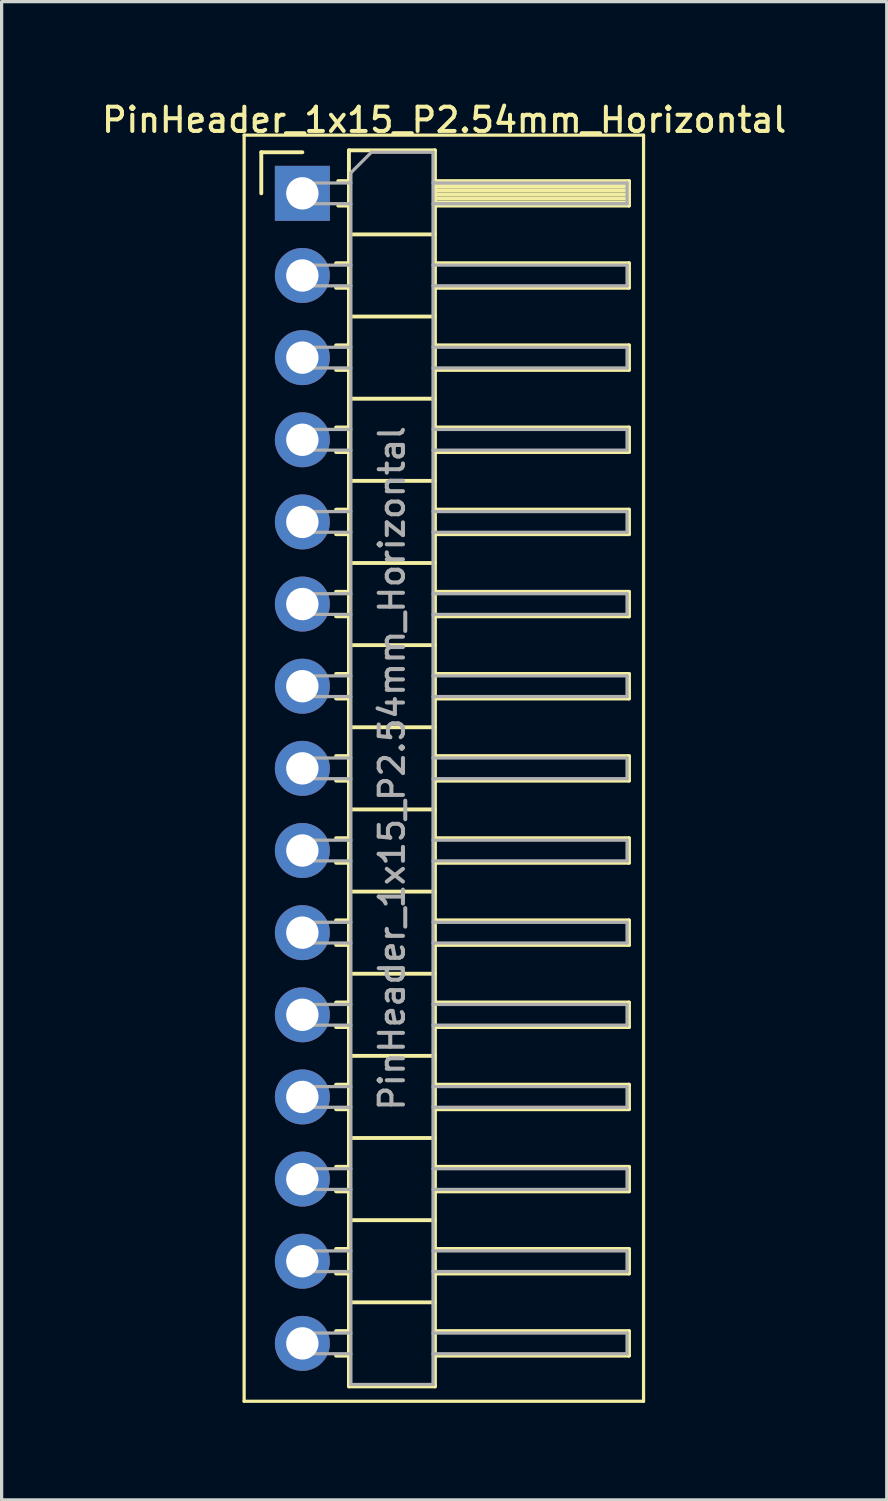
<source format=kicad_pcb>
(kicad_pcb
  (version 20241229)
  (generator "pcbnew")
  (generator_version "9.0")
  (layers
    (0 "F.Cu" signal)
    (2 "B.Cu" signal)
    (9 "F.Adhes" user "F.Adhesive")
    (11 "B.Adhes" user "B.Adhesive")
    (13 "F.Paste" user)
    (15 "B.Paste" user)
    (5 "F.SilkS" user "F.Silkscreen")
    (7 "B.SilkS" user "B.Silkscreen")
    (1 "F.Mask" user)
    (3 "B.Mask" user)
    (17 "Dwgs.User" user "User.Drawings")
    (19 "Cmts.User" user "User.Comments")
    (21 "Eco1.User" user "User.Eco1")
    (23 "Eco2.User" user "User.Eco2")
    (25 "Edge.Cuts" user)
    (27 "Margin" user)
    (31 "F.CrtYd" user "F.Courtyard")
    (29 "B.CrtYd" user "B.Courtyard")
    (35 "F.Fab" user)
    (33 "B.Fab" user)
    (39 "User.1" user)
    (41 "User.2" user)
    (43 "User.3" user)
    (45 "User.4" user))
  (footprint "PinHeader_1x15_P2.54mm_Horizontal"
    (layer "F.Cu")
    (at 6.299 2.928)
    (property "Reference" "PinHeader_1x15_P2.54mm_Horizontal" (at 4.385 -2.27 0) (layer "F.SilkS") (effects (font (size 0.75 0.75) (thickness 0.125))))
    (attr through_hole)
    (fp_line (start -1.8 -1.8) (end -1.8 37.35) (stroke (width 0.1) (type solid)) (layer "F.SilkS"))
    (fp_line (start -1.8 37.35) (end 10.55 37.35) (stroke (width 0.1) (type solid)) (layer "F.SilkS"))
    (fp_line (start -1.27 -1.27) (end 0 -1.27) (stroke (width 0.12) (type solid)) (layer "F.SilkS"))
    (fp_line (start -1.27 0) (end -1.27 -1.27) (stroke (width 0.12) (type solid)) (layer "F.SilkS"))
    (fp_line (start 1.043 2.16) (end 1.44 2.16) (stroke (width 0.12) (type solid)) (layer "F.SilkS"))
    (fp_line (start 1.043 2.92) (end 1.44 2.92) (stroke (width 0.12) (type solid)) (layer "F.SilkS"))
    (fp_line (start 1.043 4.7) (end 1.44 4.7) (stroke (width 0.12) (type solid)) (layer "F.SilkS"))
    (fp_line (start 1.043 5.46) (end 1.44 5.46) (stroke (width 0.12) (type solid)) (layer "F.SilkS"))
    (fp_line (start 1.043 7.24) (end 1.44 7.24) (stroke (width 0.12) (type solid)) (layer "F.SilkS"))
    (fp_line (start 1.043 8) (end 1.44 8) (stroke (width 0.12) (type solid)) (layer "F.SilkS"))
    (fp_line (start 1.043 9.78) (end 1.44 9.78) (stroke (width 0.12) (type solid)) (layer "F.SilkS"))
    (fp_line (start 1.043 10.54) (end 1.44 10.54) (stroke (width 0.12) (type solid)) (layer "F.SilkS"))
    (fp_line (start 1.043 12.32) (end 1.44 12.32) (stroke (width 0.12) (type solid)) (layer "F.SilkS"))
    (fp_line (start 1.043 13.08) (end 1.44 13.08) (stroke (width 0.12) (type solid)) (layer "F.SilkS"))
    (fp_line (start 1.043 14.86) (end 1.44 14.86) (stroke (width 0.12) (type solid)) (layer "F.SilkS"))
    (fp_line (start 1.043 15.62) (end 1.44 15.62) (stroke (width 0.12) (type solid)) (layer "F.SilkS"))
    (fp_line (start 1.043 17.4) (end 1.44 17.4) (stroke (width 0.12) (type solid)) (layer "F.SilkS"))
    (fp_line (start 1.043 18.16) (end 1.44 18.16) (stroke (width 0.12) (type solid)) (layer "F.SilkS"))
    (fp_line (start 1.043 19.94) (end 1.44 19.94) (stroke (width 0.12) (type solid)) (layer "F.SilkS"))
    (fp_line (start 1.043 20.7) (end 1.44 20.7) (stroke (width 0.12) (type solid)) (layer "F.SilkS"))
    (fp_line (start 1.043 22.48) (end 1.44 22.48) (stroke (width 0.12) (type solid)) (layer "F.SilkS"))
    (fp_line (start 1.043 23.24) (end 1.44 23.24) (stroke (width 0.12) (type solid)) (layer "F.SilkS"))
    (fp_line (start 1.043 25.02) (end 1.44 25.02) (stroke (width 0.12) (type solid)) (layer "F.SilkS"))
    (fp_line (start 1.043 25.78) (end 1.44 25.78) (stroke (width 0.12) (type solid)) (layer "F.SilkS"))
    (fp_line (start 1.043 27.56) (end 1.44 27.56) (stroke (width 0.12) (type solid)) (layer "F.SilkS"))
    (fp_line (start 1.043 28.32) (end 1.44 28.32) (stroke (width 0.12) (type solid)) (layer "F.SilkS"))
    (fp_line (start 1.043 30.1) (end 1.44 30.1) (stroke (width 0.12) (type solid)) (layer "F.SilkS"))
    (fp_line (start 1.043 30.86) (end 1.44 30.86) (stroke (width 0.12) (type solid)) (layer "F.SilkS"))
    (fp_line (start 1.043 32.64) (end 1.44 32.64) (stroke (width 0.12) (type solid)) (layer "F.SilkS"))
    (fp_line (start 1.043 33.4) (end 1.44 33.4) (stroke (width 0.12) (type solid)) (layer "F.SilkS"))
    (fp_line (start 1.043 35.18) (end 1.44 35.18) (stroke (width 0.12) (type solid)) (layer "F.SilkS"))
    (fp_line (start 1.043 35.94) (end 1.44 35.94) (stroke (width 0.12) (type solid)) (layer "F.SilkS"))
    (fp_line (start 1.11 -0.38) (end 1.44 -0.38) (stroke (width 0.12) (type solid)) (layer "F.SilkS"))
    (fp_line (start 1.11 0.38) (end 1.44 0.38) (stroke (width 0.12) (type solid)) (layer "F.SilkS"))
    (fp_line (start 1.44 -1.33) (end 1.44 36.89) (stroke (width 0.12) (type solid)) (layer "F.SilkS"))
    (fp_line (start 1.44 1.27) (end 4.1 1.27) (stroke (width 0.12) (type solid)) (layer "F.SilkS"))
    (fp_line (start 1.44 3.81) (end 4.1 3.81) (stroke (width 0.12) (type solid)) (layer "F.SilkS"))
    (fp_line (start 1.44 6.35) (end 4.1 6.35) (stroke (width 0.12) (type solid)) (layer "F.SilkS"))
    (fp_line (start 1.44 8.89) (end 4.1 8.89) (stroke (width 0.12) (type solid)) (layer "F.SilkS"))
    (fp_line (start 1.44 11.43) (end 4.1 11.43) (stroke (width 0.12) (type solid)) (layer "F.SilkS"))
    (fp_line (start 1.44 13.97) (end 4.1 13.97) (stroke (width 0.12) (type solid)) (layer "F.SilkS"))
    (fp_line (start 1.44 16.51) (end 4.1 16.51) (stroke (width 0.12) (type solid)) (layer "F.SilkS"))
    (fp_line (start 1.44 19.05) (end 4.1 19.05) (stroke (width 0.12) (type solid)) (layer "F.SilkS"))
    (fp_line (start 1.44 21.59) (end 4.1 21.59) (stroke (width 0.12) (type solid)) (layer "F.SilkS"))
    (fp_line (start 1.44 24.13) (end 4.1 24.13) (stroke (width 0.12) (type solid)) (layer "F.SilkS"))
    (fp_line (start 1.44 26.67) (end 4.1 26.67) (stroke (width 0.12) (type solid)) (layer "F.SilkS"))
    (fp_line (start 1.44 29.21) (end 4.1 29.21) (stroke (width 0.12) (type solid)) (layer "F.SilkS"))
    (fp_line (start 1.44 31.75) (end 4.1 31.75) (stroke (width 0.12) (type solid)) (layer "F.SilkS"))
    (fp_line (start 1.44 34.29) (end 4.1 34.29) (stroke (width 0.12) (type solid)) (layer "F.SilkS"))
    (fp_line (start 1.44 36.89) (end 4.1 36.89) (stroke (width 0.12) (type solid)) (layer "F.SilkS"))
    (fp_line (start 4.1 -1.33) (end 1.44 -1.33) (stroke (width 0.12) (type solid)) (layer "F.SilkS"))
    (fp_line (start 4.1 -0.38) (end 10.1 -0.38) (stroke (width 0.12) (type solid)) (layer "F.SilkS"))
    (fp_line (start 4.1 -0.32) (end 10.1 -0.32) (stroke (width 0.12) (type solid)) (layer "F.SilkS"))
    (fp_line (start 4.1 -0.2) (end 10.1 -0.2) (stroke (width 0.12) (type solid)) (layer "F.SilkS"))
    (fp_line (start 4.1 -0.08) (end 10.1 -0.08) (stroke (width 0.12) (type solid)) (layer "F.SilkS"))
    (fp_line (start 4.1 0.04) (end 10.1 0.04) (stroke (width 0.12) (type solid)) (layer "F.SilkS"))
    (fp_line (start 4.1 0.16) (end 10.1 0.16) (stroke (width 0.12) (type solid)) (layer "F.SilkS"))
    (fp_line (start 4.1 0.28) (end 10.1 0.28) (stroke (width 0.12) (type solid)) (layer "F.SilkS"))
    (fp_line (start 4.1 2.16) (end 10.1 2.16) (stroke (width 0.12) (type solid)) (layer "F.SilkS"))
    (fp_line (start 4.1 4.7) (end 10.1 4.7) (stroke (width 0.12) (type solid)) (layer "F.SilkS"))
    (fp_line (start 4.1 7.24) (end 10.1 7.24) (stroke (width 0.12) (type solid)) (layer "F.SilkS"))
    (fp_line (start 4.1 9.78) (end 10.1 9.78) (stroke (width 0.12) (type solid)) (layer "F.SilkS"))
    (fp_line (start 4.1 12.32) (end 10.1 12.32) (stroke (width 0.12) (type solid)) (layer "F.SilkS"))
    (fp_line (start 4.1 14.86) (end 10.1 14.86) (stroke (width 0.12) (type solid)) (layer "F.SilkS"))
    (fp_line (start 4.1 17.4) (end 10.1 17.4) (stroke (width 0.12) (type solid)) (layer "F.SilkS"))
    (fp_line (start 4.1 19.94) (end 10.1 19.94) (stroke (width 0.12) (type solid)) (layer "F.SilkS"))
    (fp_line (start 4.1 22.48) (end 10.1 22.48) (stroke (width 0.12) (type solid)) (layer "F.SilkS"))
    (fp_line (start 4.1 25.02) (end 10.1 25.02) (stroke (width 0.12) (type solid)) (layer "F.SilkS"))
    (fp_line (start 4.1 27.56) (end 10.1 27.56) (stroke (width 0.12) (type solid)) (layer "F.SilkS"))
    (fp_line (start 4.1 30.1) (end 10.1 30.1) (stroke (width 0.12) (type solid)) (layer "F.SilkS"))
    (fp_line (start 4.1 32.64) (end 10.1 32.64) (stroke (width 0.12) (type solid)) (layer "F.SilkS"))
    (fp_line (start 4.1 35.18) (end 10.1 35.18) (stroke (width 0.12) (type solid)) (layer "F.SilkS"))
    (fp_line (start 4.1 36.89) (end 4.1 -1.33) (stroke (width 0.12) (type solid)) (layer "F.SilkS"))
    (fp_line (start 10.1 -0.38) (end 10.1 0.38) (stroke (width 0.12) (type solid)) (layer "F.SilkS"))
    (fp_line (start 10.1 0.38) (end 4.1 0.38) (stroke (width 0.12) (type solid)) (layer "F.SilkS"))
    (fp_line (start 10.1 2.16) (end 10.1 2.92) (stroke (width 0.12) (type solid)) (layer "F.SilkS"))
    (fp_line (start 10.1 2.92) (end 4.1 2.92) (stroke (width 0.12) (type solid)) (layer "F.SilkS"))
    (fp_line (start 10.1 4.7) (end 10.1 5.46) (stroke (width 0.12) (type solid)) (layer "F.SilkS"))
    (fp_line (start 10.1 5.46) (end 4.1 5.46) (stroke (width 0.12) (type solid)) (layer "F.SilkS"))
    (fp_line (start 10.1 7.24) (end 10.1 8) (stroke (width 0.12) (type solid)) (layer "F.SilkS"))
    (fp_line (start 10.1 8) (end 4.1 8) (stroke (width 0.12) (type solid)) (layer "F.SilkS"))
    (fp_line (start 10.1 9.78) (end 10.1 10.54) (stroke (width 0.12) (type solid)) (layer "F.SilkS"))
    (fp_line (start 10.1 10.54) (end 4.1 10.54) (stroke (width 0.12) (type solid)) (layer "F.SilkS"))
    (fp_line (start 10.1 12.32) (end 10.1 13.08) (stroke (width 0.12) (type solid)) (layer "F.SilkS"))
    (fp_line (start 10.1 13.08) (end 4.1 13.08) (stroke (width 0.12) (type solid)) (layer "F.SilkS"))
    (fp_line (start 10.1 14.86) (end 10.1 15.62) (stroke (width 0.12) (type solid)) (layer "F.SilkS"))
    (fp_line (start 10.1 15.62) (end 4.1 15.62) (stroke (width 0.12) (type solid)) (layer "F.SilkS"))
    (fp_line (start 10.1 17.4) (end 10.1 18.16) (stroke (width 0.12) (type solid)) (layer "F.SilkS"))
    (fp_line (start 10.1 18.16) (end 4.1 18.16) (stroke (width 0.12) (type solid)) (layer "F.SilkS"))
    (fp_line (start 10.1 19.94) (end 10.1 20.7) (stroke (width 0.12) (type solid)) (layer "F.SilkS"))
    (fp_line (start 10.1 20.7) (end 4.1 20.7) (stroke (width 0.12) (type solid)) (layer "F.SilkS"))
    (fp_line (start 10.1 22.48) (end 10.1 23.24) (stroke (width 0.12) (type solid)) (layer "F.SilkS"))
    (fp_line (start 10.1 23.24) (end 4.1 23.24) (stroke (width 0.12) (type solid)) (layer "F.SilkS"))
    (fp_line (start 10.1 25.02) (end 10.1 25.78) (stroke (width 0.12) (type solid)) (layer "F.SilkS"))
    (fp_line (start 10.1 25.78) (end 4.1 25.78) (stroke (width 0.12) (type solid)) (layer "F.SilkS"))
    (fp_line (start 10.1 27.56) (end 10.1 28.32) (stroke (width 0.12) (type solid)) (layer "F.SilkS"))
    (fp_line (start 10.1 28.32) (end 4.1 28.32) (stroke (width 0.12) (type solid)) (layer "F.SilkS"))
    (fp_line (start 10.1 30.1) (end 10.1 30.86) (stroke (width 0.12) (type solid)) (layer "F.SilkS"))
    (fp_line (start 10.1 30.86) (end 4.1 30.86) (stroke (width 0.12) (type solid)) (layer "F.SilkS"))
    (fp_line (start 10.1 32.64) (end 10.1 33.4) (stroke (width 0.12) (type solid)) (layer "F.SilkS"))
    (fp_line (start 10.1 33.4) (end 4.1 33.4) (stroke (width 0.12) (type solid)) (layer "F.SilkS"))
    (fp_line (start 10.1 35.18) (end 10.1 35.94) (stroke (width 0.12) (type solid)) (layer "F.SilkS"))
    (fp_line (start 10.1 35.94) (end 4.1 35.94) (stroke (width 0.12) (type solid)) (layer "F.SilkS"))
    (fp_line (start 10.55 -1.8) (end -1.8 -1.8) (stroke (width 0.1) (type solid)) (layer "F.SilkS"))
    (fp_line (start 10.55 37.35) (end 10.55 -1.8) (stroke (width 0.1) (type solid)) (layer "F.SilkS"))
    (fp_line (start -0.32 -0.32) (end -0.32 0.32) (stroke (width 0.1) (type solid)) (layer "F.Fab"))
    (fp_line (start -0.32 -0.32) (end 1.5 -0.32) (stroke (width 0.1) (type solid)) (layer "F.Fab"))
    (fp_line (start -0.32 0.32) (end 1.5 0.32) (stroke (width 0.1) (type solid)) (layer "F.Fab"))
    (fp_line (start -0.32 2.22) (end -0.32 2.86) (stroke (width 0.1) (type solid)) (layer "F.Fab"))
    (fp_line (start -0.32 2.22) (end 1.5 2.22) (stroke (width 0.1) (type solid)) (layer "F.Fab"))
    (fp_line (start -0.32 2.86) (end 1.5 2.86) (stroke (width 0.1) (type solid)) (layer "F.Fab"))
    (fp_line (start -0.32 4.76) (end -0.32 5.4) (stroke (width 0.1) (type solid)) (layer "F.Fab"))
    (fp_line (start -0.32 4.76) (end 1.5 4.76) (stroke (width 0.1) (type solid)) (layer "F.Fab"))
    (fp_line (start -0.32 5.4) (end 1.5 5.4) (stroke (width 0.1) (type solid)) (layer "F.Fab"))
    (fp_line (start -0.32 7.3) (end -0.32 7.94) (stroke (width 0.1) (type solid)) (layer "F.Fab"))
    (fp_line (start -0.32 7.3) (end 1.5 7.3) (stroke (width 0.1) (type solid)) (layer "F.Fab"))
    (fp_line (start -0.32 7.94) (end 1.5 7.94) (stroke (width 0.1) (type solid)) (layer "F.Fab"))
    (fp_line (start -0.32 9.84) (end -0.32 10.48) (stroke (width 0.1) (type solid)) (layer "F.Fab"))
    (fp_line (start -0.32 9.84) (end 1.5 9.84) (stroke (width 0.1) (type solid)) (layer "F.Fab"))
    (fp_line (start -0.32 10.48) (end 1.5 10.48) (stroke (width 0.1) (type solid)) (layer "F.Fab"))
    (fp_line (start -0.32 12.38) (end -0.32 13.02) (stroke (width 0.1) (type solid)) (layer "F.Fab"))
    (fp_line (start -0.32 12.38) (end 1.5 12.38) (stroke (width 0.1) (type solid)) (layer "F.Fab"))
    (fp_line (start -0.32 13.02) (end 1.5 13.02) (stroke (width 0.1) (type solid)) (layer "F.Fab"))
    (fp_line (start -0.32 14.92) (end -0.32 15.56) (stroke (width 0.1) (type solid)) (layer "F.Fab"))
    (fp_line (start -0.32 14.92) (end 1.5 14.92) (stroke (width 0.1) (type solid)) (layer "F.Fab"))
    (fp_line (start -0.32 15.56) (end 1.5 15.56) (stroke (width 0.1) (type solid)) (layer "F.Fab"))
    (fp_line (start -0.32 17.46) (end -0.32 18.1) (stroke (width 0.1) (type solid)) (layer "F.Fab"))
    (fp_line (start -0.32 17.46) (end 1.5 17.46) (stroke (width 0.1) (type solid)) (layer "F.Fab"))
    (fp_line (start -0.32 18.1) (end 1.5 18.1) (stroke (width 0.1) (type solid)) (layer "F.Fab"))
    (fp_line (start -0.32 20) (end -0.32 20.64) (stroke (width 0.1) (type solid)) (layer "F.Fab"))
    (fp_line (start -0.32 20) (end 1.5 20) (stroke (width 0.1) (type solid)) (layer "F.Fab"))
    (fp_line (start -0.32 20.64) (end 1.5 20.64) (stroke (width 0.1) (type solid)) (layer "F.Fab"))
    (fp_line (start -0.32 22.54) (end -0.32 23.18) (stroke (width 0.1) (type solid)) (layer "F.Fab"))
    (fp_line (start -0.32 22.54) (end 1.5 22.54) (stroke (width 0.1) (type solid)) (layer "F.Fab"))
    (fp_line (start -0.32 23.18) (end 1.5 23.18) (stroke (width 0.1) (type solid)) (layer "F.Fab"))
    (fp_line (start -0.32 25.08) (end -0.32 25.72) (stroke (width 0.1) (type solid)) (layer "F.Fab"))
    (fp_line (start -0.32 25.08) (end 1.5 25.08) (stroke (width 0.1) (type solid)) (layer "F.Fab"))
    (fp_line (start -0.32 25.72) (end 1.5 25.72) (stroke (width 0.1) (type solid)) (layer "F.Fab"))
    (fp_line (start -0.32 27.62) (end -0.32 28.26) (stroke (width 0.1) (type solid)) (layer "F.Fab"))
    (fp_line (start -0.32 27.62) (end 1.5 27.62) (stroke (width 0.1) (type solid)) (layer "F.Fab"))
    (fp_line (start -0.32 28.26) (end 1.5 28.26) (stroke (width 0.1) (type solid)) (layer "F.Fab"))
    (fp_line (start -0.32 30.16) (end -0.32 30.8) (stroke (width 0.1) (type solid)) (layer "F.Fab"))
    (fp_line (start -0.32 30.16) (end 1.5 30.16) (stroke (width 0.1) (type solid)) (layer "F.Fab"))
    (fp_line (start -0.32 30.8) (end 1.5 30.8) (stroke (width 0.1) (type solid)) (layer "F.Fab"))
    (fp_line (start -0.32 32.7) (end -0.32 33.34) (stroke (width 0.1) (type solid)) (layer "F.Fab"))
    (fp_line (start -0.32 32.7) (end 1.5 32.7) (stroke (width 0.1) (type solid)) (layer "F.Fab"))
    (fp_line (start -0.32 33.34) (end 1.5 33.34) (stroke (width 0.1) (type solid)) (layer "F.Fab"))
    (fp_line (start -0.32 35.24) (end -0.32 35.88) (stroke (width 0.1) (type solid)) (layer "F.Fab"))
    (fp_line (start -0.32 35.24) (end 1.5 35.24) (stroke (width 0.1) (type solid)) (layer "F.Fab"))
    (fp_line (start -0.32 35.88) (end 1.5 35.88) (stroke (width 0.1) (type solid)) (layer "F.Fab"))
    (fp_line (start 1.5 -0.635) (end 2.135 -1.27) (stroke (width 0.1) (type solid)) (layer "F.Fab"))
    (fp_line (start 1.5 36.83) (end 1.5 -0.635) (stroke (width 0.1) (type solid)) (layer "F.Fab"))
    (fp_line (start 2.135 -1.27) (end 4.04 -1.27) (stroke (width 0.1) (type solid)) (layer "F.Fab"))
    (fp_line (start 4.04 -1.27) (end 4.04 36.83) (stroke (width 0.1) (type solid)) (layer "F.Fab"))
    (fp_line (start 4.04 -0.32) (end 10.04 -0.32) (stroke (width 0.1) (type solid)) (layer "F.Fab"))
    (fp_line (start 4.04 0.32) (end 10.04 0.32) (stroke (width 0.1) (type solid)) (layer "F.Fab"))
    (fp_line (start 4.04 2.22) (end 10.04 2.22) (stroke (width 0.1) (type solid)) (layer "F.Fab"))
    (fp_line (start 4.04 2.86) (end 10.04 2.86) (stroke (width 0.1) (type solid)) (layer "F.Fab"))
    (fp_line (start 4.04 4.76) (end 10.04 4.76) (stroke (width 0.1) (type solid)) (layer "F.Fab"))
    (fp_line (start 4.04 5.4) (end 10.04 5.4) (stroke (width 0.1) (type solid)) (layer "F.Fab"))
    (fp_line (start 4.04 7.3) (end 10.04 7.3) (stroke (width 0.1) (type solid)) (layer "F.Fab"))
    (fp_line (start 4.04 7.94) (end 10.04 7.94) (stroke (width 0.1) (type solid)) (layer "F.Fab"))
    (fp_line (start 4.04 9.84) (end 10.04 9.84) (stroke (width 0.1) (type solid)) (layer "F.Fab"))
    (fp_line (start 4.04 10.48) (end 10.04 10.48) (stroke (width 0.1) (type solid)) (layer "F.Fab"))
    (fp_line (start 4.04 12.38) (end 10.04 12.38) (stroke (width 0.1) (type solid)) (layer "F.Fab"))
    (fp_line (start 4.04 13.02) (end 10.04 13.02) (stroke (width 0.1) (type solid)) (layer "F.Fab"))
    (fp_line (start 4.04 14.92) (end 10.04 14.92) (stroke (width 0.1) (type solid)) (layer "F.Fab"))
    (fp_line (start 4.04 15.56) (end 10.04 15.56) (stroke (width 0.1) (type solid)) (layer "F.Fab"))
    (fp_line (start 4.04 17.46) (end 10.04 17.46) (stroke (width 0.1) (type solid)) (layer "F.Fab"))
    (fp_line (start 4.04 18.1) (end 10.04 18.1) (stroke (width 0.1) (type solid)) (layer "F.Fab"))
    (fp_line (start 4.04 20) (end 10.04 20) (stroke (width 0.1) (type solid)) (layer "F.Fab"))
    (fp_line (start 4.04 20.64) (end 10.04 20.64) (stroke (width 0.1) (type solid)) (layer "F.Fab"))
    (fp_line (start 4.04 22.54) (end 10.04 22.54) (stroke (width 0.1) (type solid)) (layer "F.Fab"))
    (fp_line (start 4.04 23.18) (end 10.04 23.18) (stroke (width 0.1) (type solid)) (layer "F.Fab"))
    (fp_line (start 4.04 25.08) (end 10.04 25.08) (stroke (width 0.1) (type solid)) (layer "F.Fab"))
    (fp_line (start 4.04 25.72) (end 10.04 25.72) (stroke (width 0.1) (type solid)) (layer "F.Fab"))
    (fp_line (start 4.04 27.62) (end 10.04 27.62) (stroke (width 0.1) (type solid)) (layer "F.Fab"))
    (fp_line (start 4.04 28.26) (end 10.04 28.26) (stroke (width 0.1) (type solid)) (layer "F.Fab"))
    (fp_line (start 4.04 30.16) (end 10.04 30.16) (stroke (width 0.1) (type solid)) (layer "F.Fab"))
    (fp_line (start 4.04 30.8) (end 10.04 30.8) (stroke (width 0.1) (type solid)) (layer "F.Fab"))
    (fp_line (start 4.04 32.7) (end 10.04 32.7) (stroke (width 0.1) (type solid)) (layer "F.Fab"))
    (fp_line (start 4.04 33.34) (end 10.04 33.34) (stroke (width 0.1) (type solid)) (layer "F.Fab"))
    (fp_line (start 4.04 35.24) (end 10.04 35.24) (stroke (width 0.1) (type solid)) (layer "F.Fab"))
    (fp_line (start 4.04 35.88) (end 10.04 35.88) (stroke (width 0.1) (type solid)) (layer "F.Fab"))
    (fp_line (start 4.04 36.83) (end 1.5 36.83) (stroke (width 0.1) (type solid)) (layer "F.Fab"))
    (fp_line (start 10.04 -0.32) (end 10.04 0.32) (stroke (width 0.1) (type solid)) (layer "F.Fab"))
    (fp_line (start 10.04 2.22) (end 10.04 2.86) (stroke (width 0.1) (type solid)) (layer "F.Fab"))
    (fp_line (start 10.04 4.76) (end 10.04 5.4) (stroke (width 0.1) (type solid)) (layer "F.Fab"))
    (fp_line (start 10.04 7.3) (end 10.04 7.94) (stroke (width 0.1) (type solid)) (layer "F.Fab"))
    (fp_line (start 10.04 9.84) (end 10.04 10.48) (stroke (width 0.1) (type solid)) (layer "F.Fab"))
    (fp_line (start 10.04 12.38) (end 10.04 13.02) (stroke (width 0.1) (type solid)) (layer "F.Fab"))
    (fp_line (start 10.04 14.92) (end 10.04 15.56) (stroke (width 0.1) (type solid)) (layer "F.Fab"))
    (fp_line (start 10.04 17.46) (end 10.04 18.1) (stroke (width 0.1) (type solid)) (layer "F.Fab"))
    (fp_line (start 10.04 20) (end 10.04 20.64) (stroke (width 0.1) (type solid)) (layer "F.Fab"))
    (fp_line (start 10.04 22.54) (end 10.04 23.18) (stroke (width 0.1) (type solid)) (layer "F.Fab"))
    (fp_line (start 10.04 25.08) (end 10.04 25.72) (stroke (width 0.1) (type solid)) (layer "F.Fab"))
    (fp_line (start 10.04 27.62) (end 10.04 28.26) (stroke (width 0.1) (type solid)) (layer "F.Fab"))
    (fp_line (start 10.04 30.16) (end 10.04 30.8) (stroke (width 0.1) (type solid)) (layer "F.Fab"))
    (fp_line (start 10.04 32.7) (end 10.04 33.34) (stroke (width 0.1) (type solid)) (layer "F.Fab"))
    (fp_line (start 10.04 35.24) (end 10.04 35.88) (stroke (width 0.1) (type solid)) (layer "F.Fab"))
    (fp_text user "${REFERENCE}" (at 2.77 17.78 90) (layer "F.Fab") (effects (font (size 0.75 0.75) (thickness 0.125))))
    (pad "1" thru_hole rect (at 0 0) (size 1.7 1.7) (drill 1) (layers "*.Cu" "*.Mask"))
    (pad "2" thru_hole oval (at 0 2.54) (size 1.7 1.7) (drill 1) (layers "*.Cu" "*.Mask"))
    (pad "3" thru_hole oval (at 0 5.08) (size 1.7 1.7) (drill 1) (layers "*.Cu" "*.Mask"))
    (pad "4" thru_hole oval (at 0 7.62) (size 1.7 1.7) (drill 1) (layers "*.Cu" "*.Mask"))
    (pad "5" thru_hole oval (at 0 10.16) (size 1.7 1.7) (drill 1) (layers "*.Cu" "*.Mask"))
    (pad "6" thru_hole oval (at 0 12.7) (size 1.7 1.7) (drill 1) (layers "*.Cu" "*.Mask"))
    (pad "7" thru_hole oval (at 0 15.24) (size 1.7 1.7) (drill 1) (layers "*.Cu" "*.Mask"))
    (pad "8" thru_hole oval (at 0 17.78) (size 1.7 1.7) (drill 1) (layers "*.Cu" "*.Mask"))
    (pad "9" thru_hole oval (at 0 20.32) (size 1.7 1.7) (drill 1) (layers "*.Cu" "*.Mask"))
    (pad "10" thru_hole oval (at 0 22.86) (size 1.7 1.7) (drill 1) (layers "*.Cu" "*.Mask"))
    (pad "11" thru_hole oval (at 0 25.4) (size 1.7 1.7) (drill 1) (layers "*.Cu" "*.Mask"))
    (pad "12" thru_hole oval (at 0 27.94) (size 1.7 1.7) (drill 1) (layers "*.Cu" "*.Mask"))
    (pad "13" thru_hole oval (at 0 30.48) (size 1.7 1.7) (drill 1) (layers "*.Cu" "*.Mask"))
    (pad "14" thru_hole oval (at 0 33.02) (size 1.7 1.7) (drill 1) (layers "*.Cu" "*.Mask"))
    (pad "15" thru_hole oval (at 0 35.56) (size 1.7 1.7) (drill 1) (layers "*.Cu" "*.Mask")))
  (gr_rect
    (start -3 -3)
    (end 24.368 43.328)
    (stroke (width 0.1) (type default))
    (fill no)
    (layer "Edge.Cuts")))
</source>
